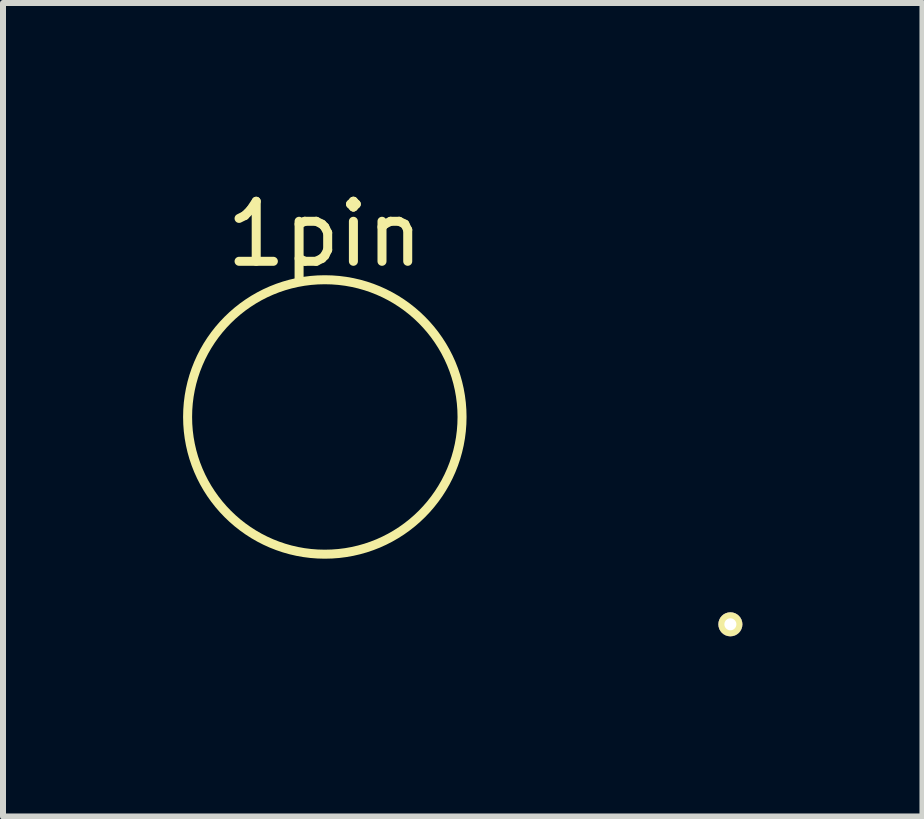
<source format=kicad_pcb>
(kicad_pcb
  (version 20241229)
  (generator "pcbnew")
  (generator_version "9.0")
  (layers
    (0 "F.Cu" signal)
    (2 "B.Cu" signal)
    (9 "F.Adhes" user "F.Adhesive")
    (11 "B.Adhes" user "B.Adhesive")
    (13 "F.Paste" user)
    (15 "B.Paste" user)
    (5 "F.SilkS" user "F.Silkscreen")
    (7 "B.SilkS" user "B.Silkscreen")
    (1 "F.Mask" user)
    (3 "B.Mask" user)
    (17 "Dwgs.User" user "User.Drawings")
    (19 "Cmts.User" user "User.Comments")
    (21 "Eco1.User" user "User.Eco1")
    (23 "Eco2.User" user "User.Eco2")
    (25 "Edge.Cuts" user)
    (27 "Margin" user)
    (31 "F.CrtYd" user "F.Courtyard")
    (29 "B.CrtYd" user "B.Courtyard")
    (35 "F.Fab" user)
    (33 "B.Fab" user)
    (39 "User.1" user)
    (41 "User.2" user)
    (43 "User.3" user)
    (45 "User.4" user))
  (footprint "1pin"
    (layer "F.Cu")
    (at 2.361 3.896)
    (property "Reference" "1pin" (at 0 -3.048 0) (layer "F.SilkS") (effects (font (size 1 1) (thickness 0.15))))
    (attr through_hole)
    (fp_circle (center 0 0) (end 0 -2.286) (stroke (width 0.15) (type solid)) (fill no) (layer "F.SilkS"))
    (pad "1" thru_hole circle (at 6.756 3.454) (size 0.4 0.4) (drill 0.2) (layers "*.Cu" "*.Mask" "F.SilkS")))
  (gr_rect
    (start -3 -3)
    (end 12.317 10.551)
    (stroke (width 0.1) (type default))
    (fill no)
    (layer "Edge.Cuts")))
</source>
